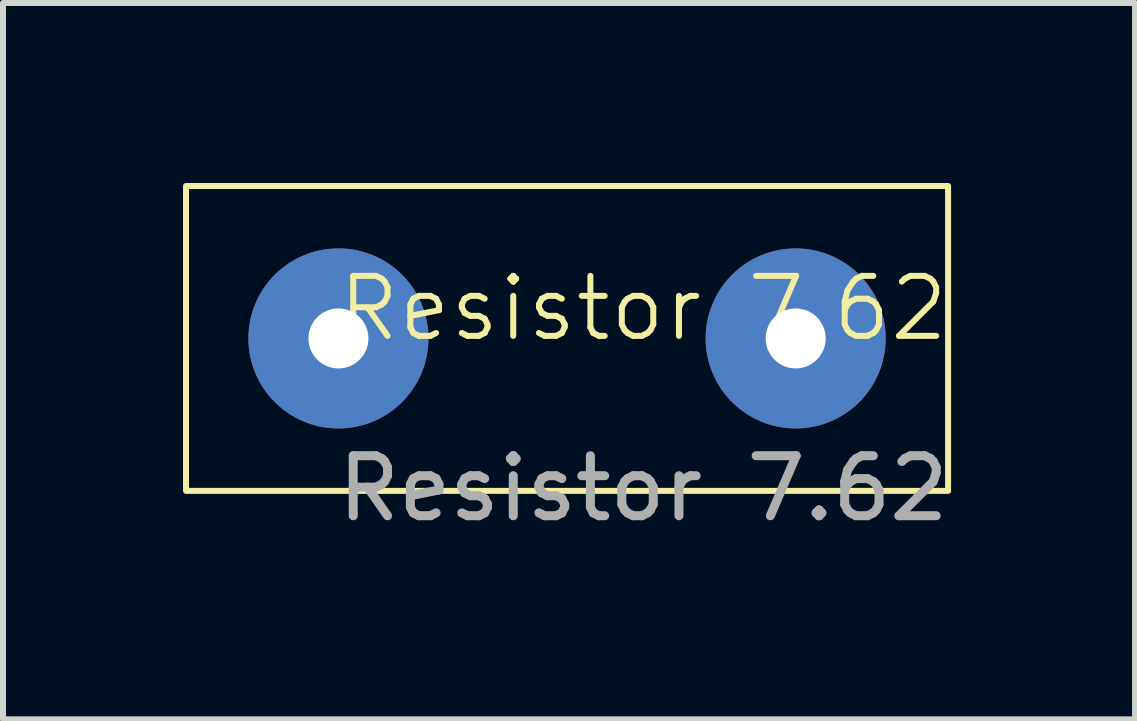
<source format=kicad_pcb>
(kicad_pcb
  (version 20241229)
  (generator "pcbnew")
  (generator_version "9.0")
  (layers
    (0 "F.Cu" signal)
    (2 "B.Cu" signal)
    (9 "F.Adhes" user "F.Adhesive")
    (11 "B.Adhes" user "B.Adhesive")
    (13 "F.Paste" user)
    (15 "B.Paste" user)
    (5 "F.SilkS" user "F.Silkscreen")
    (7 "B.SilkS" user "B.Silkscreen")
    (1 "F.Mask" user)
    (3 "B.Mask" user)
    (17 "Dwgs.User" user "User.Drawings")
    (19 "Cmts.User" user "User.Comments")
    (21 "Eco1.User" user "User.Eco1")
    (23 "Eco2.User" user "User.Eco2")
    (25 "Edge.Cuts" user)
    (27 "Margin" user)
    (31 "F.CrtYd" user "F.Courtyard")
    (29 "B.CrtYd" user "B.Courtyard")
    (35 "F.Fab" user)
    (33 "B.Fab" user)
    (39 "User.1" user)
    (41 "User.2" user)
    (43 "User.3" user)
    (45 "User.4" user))
  (footprint "Resistor 7.62"
    (layer "F.Cu")
    (at 7.67 2.59)
    (property "Reference" "Resistor 7.62" (at 0 -0.5 0) (unlocked yes) (layer "F.SilkS") (effects (font (size 1 1) (thickness 0.1))))
    (attr through_hole)
    (fp_rect (start -7.62 -2.54) (end 5.08 2.54) (stroke (width 0.1) (type default)) (fill no) (layer "F.SilkS"))
    (fp_text user "${REFERENCE}" (at 0 2.5 0) (unlocked yes) (layer "F.Fab") (effects (font (size 1 1) (thickness 0.15))))
    (pad "1" thru_hole circle (at -5.08 0) (size 3 3) (drill 1) (layers "*.Cu" "*.Mask"))
    (pad "2" thru_hole circle (at 2.54 0) (size 3 3) (drill 1) (layers "*.Cu" "*.Mask")))
  (gr_rect
    (start -3 -3)
    (end 15.866 8.938)
    (stroke (width 0.1) (type default))
    (fill no)
    (layer "Edge.Cuts")))
</source>
